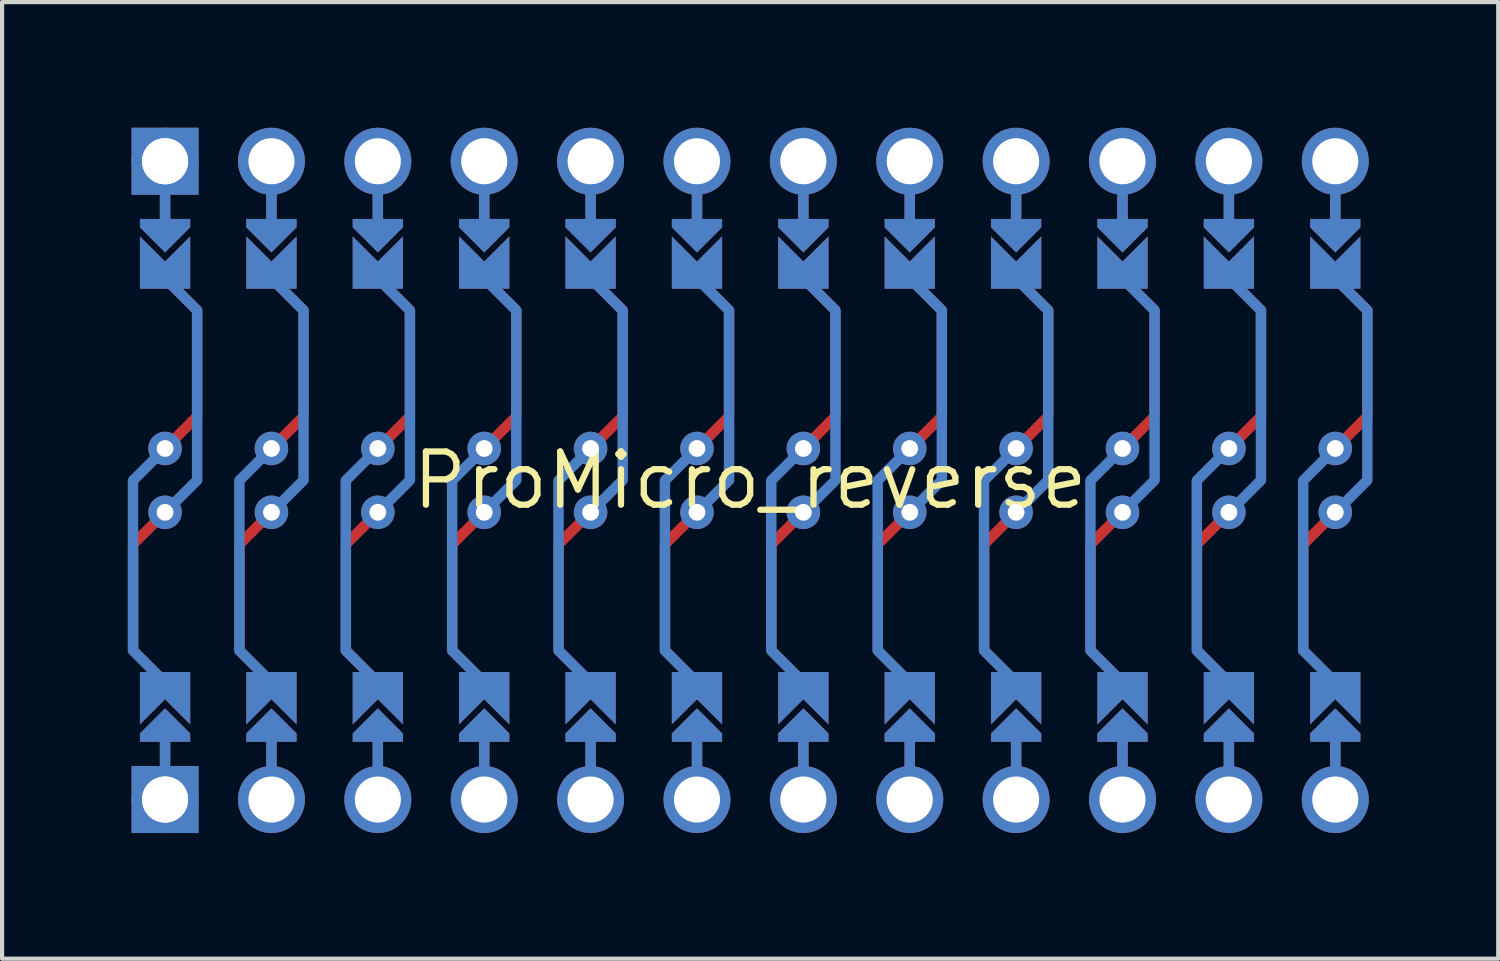
<source format=kicad_pcb>
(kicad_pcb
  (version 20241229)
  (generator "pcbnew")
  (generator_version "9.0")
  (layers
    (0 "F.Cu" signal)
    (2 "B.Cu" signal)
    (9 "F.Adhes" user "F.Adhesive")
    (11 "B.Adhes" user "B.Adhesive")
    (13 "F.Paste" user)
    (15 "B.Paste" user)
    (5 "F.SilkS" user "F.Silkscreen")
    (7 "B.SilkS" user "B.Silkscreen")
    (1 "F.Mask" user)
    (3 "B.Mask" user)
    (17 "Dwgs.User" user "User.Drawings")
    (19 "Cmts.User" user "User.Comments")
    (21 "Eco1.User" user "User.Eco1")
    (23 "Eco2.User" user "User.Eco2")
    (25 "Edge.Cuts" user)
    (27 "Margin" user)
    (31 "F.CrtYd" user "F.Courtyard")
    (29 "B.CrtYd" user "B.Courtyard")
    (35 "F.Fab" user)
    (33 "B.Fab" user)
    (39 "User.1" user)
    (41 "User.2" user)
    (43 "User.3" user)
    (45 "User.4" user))
  (footprint "ProMicro_reverse"
    (layer "F.Cu")
    (at 14.861 8.42)
    (property "Reference" "ProMicro_reverse" (at 0 0 0) (layer "F.SilkS") (effects (font (size 1.27 1.27) (thickness 0.15))))
    (attr through_hole)
    (fp_circle (center -13.97 -0.762) (end -13.845 -0.762) (stroke (width 0.25) (type solid)) (fill no) (layer "F.Mask"))
    (fp_circle (center -13.97 0.762) (end -13.845 0.762) (stroke (width 0.25) (type solid)) (fill no) (layer "F.Mask"))
    (fp_circle (center -11.43 -0.762) (end -11.305 -0.762) (stroke (width 0.25) (type solid)) (fill no) (layer "F.Mask"))
    (fp_circle (center -11.43 0.762) (end -11.305 0.762) (stroke (width 0.25) (type solid)) (fill no) (layer "F.Mask"))
    (fp_circle (center -8.89 -0.762) (end -8.765 -0.762) (stroke (width 0.25) (type solid)) (fill no) (layer "F.Mask"))
    (fp_circle (center -8.89 0.762) (end -8.765 0.762) (stroke (width 0.25) (type solid)) (fill no) (layer "F.Mask"))
    (fp_circle (center -6.35 -0.762) (end -6.225 -0.762) (stroke (width 0.25) (type solid)) (fill no) (layer "F.Mask"))
    (fp_circle (center -6.35 0.762) (end -6.225 0.762) (stroke (width 0.25) (type solid)) (fill no) (layer "F.Mask"))
    (fp_circle (center -3.81 -0.762) (end -3.685 -0.762) (stroke (width 0.25) (type solid)) (fill no) (layer "F.Mask"))
    (fp_circle (center -3.81 0.762) (end -3.685 0.762) (stroke (width 0.25) (type solid)) (fill no) (layer "F.Mask"))
    (fp_circle (center -1.27 -0.762) (end -1.145 -0.762) (stroke (width 0.25) (type solid)) (fill no) (layer "F.Mask"))
    (fp_circle (center -1.27 0.762) (end -1.145 0.762) (stroke (width 0.25) (type solid)) (fill no) (layer "F.Mask"))
    (fp_circle (center 1.27 -0.762) (end 1.395 -0.762) (stroke (width 0.25) (type solid)) (fill no) (layer "F.Mask"))
    (fp_circle (center 1.27 0.762) (end 1.395 0.762) (stroke (width 0.25) (type solid)) (fill no) (layer "F.Mask"))
    (fp_circle (center 3.81 -0.762) (end 3.935 -0.762) (stroke (width 0.25) (type solid)) (fill no) (layer "F.Mask"))
    (fp_circle (center 3.81 0.762) (end 3.935 0.762) (stroke (width 0.25) (type solid)) (fill no) (layer "F.Mask"))
    (fp_circle (center 6.35 -0.762) (end 6.475 -0.762) (stroke (width 0.25) (type solid)) (fill no) (layer "F.Mask"))
    (fp_circle (center 6.35 0.762) (end 6.475 0.762) (stroke (width 0.25) (type solid)) (fill no) (layer "F.Mask"))
    (fp_circle (center 8.89 -0.762) (end 9.015 -0.762) (stroke (width 0.25) (type solid)) (fill no) (layer "F.Mask"))
    (fp_circle (center 8.89 0.762) (end 9.015 0.762) (stroke (width 0.25) (type solid)) (fill no) (layer "F.Mask"))
    (fp_circle (center 11.43 -0.762) (end 11.555 -0.762) (stroke (width 0.25) (type solid)) (fill no) (layer "F.Mask"))
    (fp_circle (center 11.43 0.762) (end 11.555 0.762) (stroke (width 0.25) (type solid)) (fill no) (layer "F.Mask"))
    (fp_circle (center 13.97 -0.762) (end 14.095 -0.762) (stroke (width 0.25) (type solid)) (fill no) (layer "F.Mask"))
    (fp_circle (center 13.97 0.762) (end 14.095 0.762) (stroke (width 0.25) (type solid)) (fill no) (layer "F.Mask"))
    (fp_poly (pts (xy -14.478 5.08) (xy -13.462 5.08) (xy -13.462 6.096) (xy -14.478 6.096)) (stroke (width 0.1) (type solid)) (fill yes) (layer "F.Mask"))
    (fp_poly (pts (xy -13.462 -5.08) (xy -14.478 -5.08) (xy -14.478 -6.096) (xy -13.462 -6.096)) (stroke (width 0.1) (type solid)) (fill yes) (layer "F.Mask"))
    (fp_poly (pts (xy -11.938 5.08) (xy -10.922 5.08) (xy -10.922 6.096) (xy -11.938 6.096)) (stroke (width 0.1) (type solid)) (fill yes) (layer "F.Mask"))
    (fp_poly (pts (xy -10.922 -5.08) (xy -11.938 -5.08) (xy -11.938 -6.096) (xy -10.922 -6.096)) (stroke (width 0.1) (type solid)) (fill yes) (layer "F.Mask"))
    (fp_poly (pts (xy -9.398 5.08) (xy -8.382 5.08) (xy -8.382 6.096) (xy -9.398 6.096)) (stroke (width 0.1) (type solid)) (fill yes) (layer "F.Mask"))
    (fp_poly (pts (xy -8.382 -5.08) (xy -9.398 -5.08) (xy -9.398 -6.096) (xy -8.382 -6.096)) (stroke (width 0.1) (type solid)) (fill yes) (layer "F.Mask"))
    (fp_poly (pts (xy -6.858 5.08) (xy -5.842 5.08) (xy -5.842 6.096) (xy -6.858 6.096)) (stroke (width 0.1) (type solid)) (fill yes) (layer "F.Mask"))
    (fp_poly (pts (xy -5.842 -5.08) (xy -6.858 -5.08) (xy -6.858 -6.096) (xy -5.842 -6.096)) (stroke (width 0.1) (type solid)) (fill yes) (layer "F.Mask"))
    (fp_poly (pts (xy -4.318 5.08) (xy -3.302 5.08) (xy -3.302 6.096) (xy -4.318 6.096)) (stroke (width 0.1) (type solid)) (fill yes) (layer "F.Mask"))
    (fp_poly (pts (xy -3.302 -5.08) (xy -4.318 -5.08) (xy -4.318 -6.096) (xy -3.302 -6.096)) (stroke (width 0.1) (type solid)) (fill yes) (layer "F.Mask"))
    (fp_poly (pts (xy -1.778 5.08) (xy -0.762 5.08) (xy -0.762 6.096) (xy -1.778 6.096)) (stroke (width 0.1) (type solid)) (fill yes) (layer "F.Mask"))
    (fp_poly (pts (xy -0.762 -5.08) (xy -1.778 -5.08) (xy -1.778 -6.096) (xy -0.762 -6.096)) (stroke (width 0.1) (type solid)) (fill yes) (layer "F.Mask"))
    (fp_poly (pts (xy 0.762 5.08) (xy 1.778 5.08) (xy 1.778 6.096) (xy 0.762 6.096)) (stroke (width 0.1) (type solid)) (fill yes) (layer "F.Mask"))
    (fp_poly (pts (xy 1.778 -5.08) (xy 0.762 -5.08) (xy 0.762 -6.096) (xy 1.778 -6.096)) (stroke (width 0.1) (type solid)) (fill yes) (layer "F.Mask"))
    (fp_poly (pts (xy 3.302 5.08) (xy 4.318 5.08) (xy 4.318 6.096) (xy 3.302 6.096)) (stroke (width 0.1) (type solid)) (fill yes) (layer "F.Mask"))
    (fp_poly (pts (xy 4.318 -5.08) (xy 3.302 -5.08) (xy 3.302 -6.096) (xy 4.318 -6.096)) (stroke (width 0.1) (type solid)) (fill yes) (layer "F.Mask"))
    (fp_poly (pts (xy 5.842 5.08) (xy 6.858 5.08) (xy 6.858 6.096) (xy 5.842 6.096)) (stroke (width 0.1) (type solid)) (fill yes) (layer "F.Mask"))
    (fp_poly (pts (xy 6.858 -5.08) (xy 5.842 -5.08) (xy 5.842 -6.096) (xy 6.858 -6.096)) (stroke (width 0.1) (type solid)) (fill yes) (layer "F.Mask"))
    (fp_poly (pts (xy 8.382 5.08) (xy 9.398 5.08) (xy 9.398 6.096) (xy 8.382 6.096)) (stroke (width 0.1) (type solid)) (fill yes) (layer "F.Mask"))
    (fp_poly (pts (xy 9.398 -5.08) (xy 8.382 -5.08) (xy 8.382 -6.096) (xy 9.398 -6.096)) (stroke (width 0.1) (type solid)) (fill yes) (layer "F.Mask"))
    (fp_poly (pts (xy 10.922 5.08) (xy 11.938 5.08) (xy 11.938 6.096) (xy 10.922 6.096)) (stroke (width 0.1) (type solid)) (fill yes) (layer "F.Mask"))
    (fp_poly (pts (xy 11.938 -5.08) (xy 10.922 -5.08) (xy 10.922 -6.096) (xy 11.938 -6.096)) (stroke (width 0.1) (type solid)) (fill yes) (layer "F.Mask"))
    (fp_poly (pts (xy 13.462 5.08) (xy 14.478 5.08) (xy 14.478 6.096) (xy 13.462 6.096)) (stroke (width 0.1) (type solid)) (fill yes) (layer "F.Mask"))
    (fp_poly (pts (xy 14.478 -5.08) (xy 13.462 -5.08) (xy 13.462 -6.096) (xy 14.478 -6.096)) (stroke (width 0.1) (type solid)) (fill yes) (layer "F.Mask"))
    (fp_circle (center -13.97 -0.762) (end -13.845 -0.762) (stroke (width 0.25) (type solid)) (fill no) (layer "B.Mask"))
    (fp_circle (center -13.97 0.762) (end -13.845 0.762) (stroke (width 0.25) (type solid)) (fill no) (layer "B.Mask"))
    (fp_circle (center -11.43 -0.762) (end -11.305 -0.762) (stroke (width 0.25) (type solid)) (fill no) (layer "B.Mask"))
    (fp_circle (center -11.43 0.762) (end -11.305 0.762) (stroke (width 0.25) (type solid)) (fill no) (layer "B.Mask"))
    (fp_circle (center -8.89 -0.762) (end -8.765 -0.762) (stroke (width 0.25) (type solid)) (fill no) (layer "B.Mask"))
    (fp_circle (center -8.89 0.762) (end -8.765 0.762) (stroke (width 0.25) (type solid)) (fill no) (layer "B.Mask"))
    (fp_circle (center -6.35 -0.762) (end -6.225 -0.762) (stroke (width 0.25) (type solid)) (fill no) (layer "B.Mask"))
    (fp_circle (center -6.35 0.762) (end -6.225 0.762) (stroke (width 0.25) (type solid)) (fill no) (layer "B.Mask"))
    (fp_circle (center -3.81 -0.762) (end -3.685 -0.762) (stroke (width 0.25) (type solid)) (fill no) (layer "B.Mask"))
    (fp_circle (center -3.81 0.762) (end -3.685 0.762) (stroke (width 0.25) (type solid)) (fill no) (layer "B.Mask"))
    (fp_circle (center -1.27 -0.762) (end -1.145 -0.762) (stroke (width 0.25) (type solid)) (fill no) (layer "B.Mask"))
    (fp_circle (center -1.27 0.762) (end -1.145 0.762) (stroke (width 0.25) (type solid)) (fill no) (layer "B.Mask"))
    (fp_circle (center 1.27 -0.762) (end 1.395 -0.762) (stroke (width 0.25) (type solid)) (fill no) (layer "B.Mask"))
    (fp_circle (center 1.27 0.762) (end 1.395 0.762) (stroke (width 0.25) (type solid)) (fill no) (layer "B.Mask"))
    (fp_circle (center 3.81 -0.762) (end 3.935 -0.762) (stroke (width 0.25) (type solid)) (fill no) (layer "B.Mask"))
    (fp_circle (center 3.81 0.762) (end 3.935 0.762) (stroke (width 0.25) (type solid)) (fill no) (layer "B.Mask"))
    (fp_circle (center 6.35 -0.762) (end 6.475 -0.762) (stroke (width 0.25) (type solid)) (fill no) (layer "B.Mask"))
    (fp_circle (center 6.35 0.762) (end 6.475 0.762) (stroke (width 0.25) (type solid)) (fill no) (layer "B.Mask"))
    (fp_circle (center 8.89 -0.762) (end 9.015 -0.762) (stroke (width 0.25) (type solid)) (fill no) (layer "B.Mask"))
    (fp_circle (center 8.89 0.762) (end 9.015 0.762) (stroke (width 0.25) (type solid)) (fill no) (layer "B.Mask"))
    (fp_circle (center 11.43 -0.762) (end 11.555 -0.762) (stroke (width 0.25) (type solid)) (fill no) (layer "B.Mask"))
    (fp_circle (center 11.43 0.762) (end 11.555 0.762) (stroke (width 0.25) (type solid)) (fill no) (layer "B.Mask"))
    (fp_circle (center 13.97 -0.762) (end 14.095 -0.762) (stroke (width 0.25) (type solid)) (fill no) (layer "B.Mask"))
    (fp_circle (center 13.97 0.762) (end 14.095 0.762) (stroke (width 0.25) (type solid)) (fill no) (layer "B.Mask"))
    (fp_poly (pts (xy -14.478 5.08) (xy -13.462 5.08) (xy -13.462 6.096) (xy -14.478 6.096)) (stroke (width 0.1) (type solid)) (fill yes) (layer "B.Mask"))
    (fp_poly (pts (xy -13.462 -5.08) (xy -14.478 -5.08) (xy -14.478 -6.096) (xy -13.462 -6.096)) (stroke (width 0.1) (type solid)) (fill yes) (layer "B.Mask"))
    (fp_poly (pts (xy -11.938 5.08) (xy -10.922 5.08) (xy -10.922 6.096) (xy -11.938 6.096)) (stroke (width 0.1) (type solid)) (fill yes) (layer "B.Mask"))
    (fp_poly (pts (xy -10.922 -5.08) (xy -11.938 -5.08) (xy -11.938 -6.096) (xy -10.922 -6.096)) (stroke (width 0.1) (type solid)) (fill yes) (layer "B.Mask"))
    (fp_poly (pts (xy -9.398 5.08) (xy -8.382 5.08) (xy -8.382 6.096) (xy -9.398 6.096)) (stroke (width 0.1) (type solid)) (fill yes) (layer "B.Mask"))
    (fp_poly (pts (xy -8.382 -5.08) (xy -9.398 -5.08) (xy -9.398 -6.096) (xy -8.382 -6.096)) (stroke (width 0.1) (type solid)) (fill yes) (layer "B.Mask"))
    (fp_poly (pts (xy -6.858 5.08) (xy -5.842 5.08) (xy -5.842 6.096) (xy -6.858 6.096)) (stroke (width 0.1) (type solid)) (fill yes) (layer "B.Mask"))
    (fp_poly (pts (xy -5.842 -5.08) (xy -6.858 -5.08) (xy -6.858 -6.096) (xy -5.842 -6.096)) (stroke (width 0.1) (type solid)) (fill yes) (layer "B.Mask"))
    (fp_poly (pts (xy -4.318 5.08) (xy -3.302 5.08) (xy -3.302 6.096) (xy -4.318 6.096)) (stroke (width 0.1) (type solid)) (fill yes) (layer "B.Mask"))
    (fp_poly (pts (xy -3.302 -5.08) (xy -4.318 -5.08) (xy -4.318 -6.096) (xy -3.302 -6.096)) (stroke (width 0.1) (type solid)) (fill yes) (layer "B.Mask"))
    (fp_poly (pts (xy -1.778 5.08) (xy -0.762 5.08) (xy -0.762 6.096) (xy -1.778 6.096)) (stroke (width 0.1) (type solid)) (fill yes) (layer "B.Mask"))
    (fp_poly (pts (xy -0.762 -5.08) (xy -1.778 -5.08) (xy -1.778 -6.096) (xy -0.762 -6.096)) (stroke (width 0.1) (type solid)) (fill yes) (layer "B.Mask"))
    (fp_poly (pts (xy 0.762 5.08) (xy 1.778 5.08) (xy 1.778 6.096) (xy 0.762 6.096)) (stroke (width 0.1) (type solid)) (fill yes) (layer "B.Mask"))
    (fp_poly (pts (xy 1.778 -5.08) (xy 0.762 -5.08) (xy 0.762 -6.096) (xy 1.778 -6.096)) (stroke (width 0.1) (type solid)) (fill yes) (layer "B.Mask"))
    (fp_poly (pts (xy 3.302 5.08) (xy 4.318 5.08) (xy 4.318 6.096) (xy 3.302 6.096)) (stroke (width 0.1) (type solid)) (fill yes) (layer "B.Mask"))
    (fp_poly (pts (xy 4.318 -5.08) (xy 3.302 -5.08) (xy 3.302 -6.096) (xy 4.318 -6.096)) (stroke (width 0.1) (type solid)) (fill yes) (layer "B.Mask"))
    (fp_poly (pts (xy 5.842 5.08) (xy 6.858 5.08) (xy 6.858 6.096) (xy 5.842 6.096)) (stroke (width 0.1) (type solid)) (fill yes) (layer "B.Mask"))
    (fp_poly (pts (xy 6.858 -5.08) (xy 5.842 -5.08) (xy 5.842 -6.096) (xy 6.858 -6.096)) (stroke (width 0.1) (type solid)) (fill yes) (layer "B.Mask"))
    (fp_poly (pts (xy 8.382 5.08) (xy 9.398 5.08) (xy 9.398 6.096) (xy 8.382 6.096)) (stroke (width 0.1) (type solid)) (fill yes) (layer "B.Mask"))
    (fp_poly (pts (xy 9.398 -5.08) (xy 8.382 -5.08) (xy 8.382 -6.096) (xy 9.398 -6.096)) (stroke (width 0.1) (type solid)) (fill yes) (layer "B.Mask"))
    (fp_poly (pts (xy 10.922 5.08) (xy 11.938 5.08) (xy 11.938 6.096) (xy 10.922 6.096)) (stroke (width 0.1) (type solid)) (fill yes) (layer "B.Mask"))
    (fp_poly (pts (xy 11.938 -5.08) (xy 10.922 -5.08) (xy 10.922 -6.096) (xy 11.938 -6.096)) (stroke (width 0.1) (type solid)) (fill yes) (layer "B.Mask"))
    (fp_poly (pts (xy 13.462 5.08) (xy 14.478 5.08) (xy 14.478 6.096) (xy 13.462 6.096)) (stroke (width 0.1) (type solid)) (fill yes) (layer "B.Mask"))
    (fp_poly (pts (xy 14.478 -5.08) (xy 13.462 -5.08) (xy 13.462 -6.096) (xy 14.478 -6.096)) (stroke (width 0.1) (type solid)) (fill yes) (layer "B.Mask"))
    (pad "" thru_hole circle (at -13.97 -7.62) (size 1.6 1.6) (drill 1.1) (layers "*.Cu" "*.Mask"))
    (pad "" thru_hole rect (at -13.97 -7.62) (size 1.6 1.6) (drill 1.1) (layers "B.Cu" "B.Mask"))
    (pad "" smd custom (at -13.97 -6.35) (size 0.25 1) (layers "F.Cu") (options (anchor rect)) (primitives))
    (pad "" smd custom (at -13.97 -6.35) (size 0.25 1) (layers "B.Cu") (options (anchor rect)) (primitives))
    (pad "" smd custom (at -13.97 -5.842) (size 0.1 0.1) (layers "F.Cu" "F.Mask") (options (anchor rect)) (primitives (gr_poly (pts (xy 0.6 -0.4) (xy -0.6 -0.4) (xy -0.6 -0.2) (xy 0 0.4) (xy 0.6 -0.2)) (width 0) (fill yes))))
    (pad "" smd custom (at -13.97 -5.842) (size 0.1 0.1) (layers "B.Cu" "B.Mask") (options (anchor rect)) (primitives (gr_poly (pts (xy 0.6 -0.4) (xy -0.6 -0.4) (xy -0.6 -0.2) (xy 0 0.4) (xy 0.6 -0.2)) (width 0) (fill yes))))
    (pad "" smd custom (at -13.97 5.842 180) (size 0.1 0.1) (layers "F.Cu" "F.Mask") (options (anchor rect)) (primitives (gr_poly (pts (xy 0.6 -0.4) (xy -0.6 -0.4) (xy -0.6 -0.2) (xy 0 0.4) (xy 0.6 -0.2)) (width 0) (fill yes))))
    (pad "" smd custom (at -13.97 5.842 180) (size 0.1 0.1) (layers "B.Cu" "B.Mask") (options (anchor rect)) (primitives (gr_poly (pts (xy 0.6 -0.4) (xy -0.6 -0.4) (xy -0.6 -0.2) (xy 0 0.4) (xy 0.6 -0.2)) (width 0) (fill yes))))
    (pad "" smd custom (at -13.97 6.35 180) (size 0.25 1) (layers "F.Cu") (options (anchor rect)) (primitives))
    (pad "" smd custom (at -13.97 6.35 180) (size 0.25 1) (layers "B.Cu") (options (anchor rect)) (primitives))
    (pad "" thru_hole circle (at -13.97 7.62) (size 1.6 1.6) (drill 1.1) (layers "*.Cu" "*.Mask"))
    (pad "" thru_hole rect (at -13.97 7.62) (size 1.6 1.6) (drill 1.1) (layers "F.Cu" "F.Mask"))
    (pad "" thru_hole circle (at -11.43 -7.62) (size 1.6 1.6) (drill 1.1) (layers "*.Cu" "*.Mask"))
    (pad "" smd custom (at -11.43 -6.35) (size 0.25 1) (layers "F.Cu") (options (anchor rect)) (primitives))
    (pad "" smd custom (at -11.43 -6.35) (size 0.25 1) (layers "B.Cu") (options (anchor rect)) (primitives))
    (pad "" smd custom (at -11.43 -5.842) (size 0.1 0.1) (layers "F.Cu" "F.Mask") (options (anchor rect)) (primitives (gr_poly (pts (xy 0.6 -0.4) (xy -0.6 -0.4) (xy -0.6 -0.2) (xy 0 0.4) (xy 0.6 -0.2)) (width 0) (fill yes))))
    (pad "" smd custom (at -11.43 -5.842) (size 0.1 0.1) (layers "B.Cu" "B.Mask") (options (anchor rect)) (primitives (gr_poly (pts (xy 0.6 -0.4) (xy -0.6 -0.4) (xy -0.6 -0.2) (xy 0 0.4) (xy 0.6 -0.2)) (width 0) (fill yes))))
    (pad "" smd custom (at -11.43 5.842 180) (size 0.1 0.1) (layers "F.Cu" "F.Mask") (options (anchor rect)) (primitives (gr_poly (pts (xy 0.6 -0.4) (xy -0.6 -0.4) (xy -0.6 -0.2) (xy 0 0.4) (xy 0.6 -0.2)) (width 0) (fill yes))))
    (pad "" smd custom (at -11.43 5.842 180) (size 0.1 0.1) (layers "B.Cu" "B.Mask") (options (anchor rect)) (primitives (gr_poly (pts (xy 0.6 -0.4) (xy -0.6 -0.4) (xy -0.6 -0.2) (xy 0 0.4) (xy 0.6 -0.2)) (width 0) (fill yes))))
    (pad "" smd custom (at -11.43 6.35 180) (size 0.25 1) (layers "F.Cu") (options (anchor rect)) (primitives))
    (pad "" smd custom (at -11.43 6.35 180) (size 0.25 1) (layers "B.Cu") (options (anchor rect)) (primitives))
    (pad "" thru_hole circle (at -11.43 7.62) (size 1.6 1.6) (drill 1.1) (layers "*.Cu" "*.Mask"))
    (pad "" thru_hole circle (at -8.89 -7.62) (size 1.6 1.6) (drill 1.1) (layers "*.Cu" "*.Mask"))
    (pad "" smd custom (at -8.89 -6.35) (size 0.25 1) (layers "F.Cu") (options (anchor rect)) (primitives))
    (pad "" smd custom (at -8.89 -6.35) (size 0.25 1) (layers "B.Cu") (options (anchor rect)) (primitives))
    (pad "" smd custom (at -8.89 -5.842) (size 0.1 0.1) (layers "F.Cu" "F.Mask") (options (anchor rect)) (primitives (gr_poly (pts (xy 0.6 -0.4) (xy -0.6 -0.4) (xy -0.6 -0.2) (xy 0 0.4) (xy 0.6 -0.2)) (width 0) (fill yes))))
    (pad "" smd custom (at -8.89 -5.842) (size 0.1 0.1) (layers "B.Cu" "B.Mask") (options (anchor rect)) (primitives (gr_poly (pts (xy 0.6 -0.4) (xy -0.6 -0.4) (xy -0.6 -0.2) (xy 0 0.4) (xy 0.6 -0.2)) (width 0) (fill yes))))
    (pad "" smd custom (at -8.89 5.842 180) (size 0.1 0.1) (layers "F.Cu" "F.Mask") (options (anchor rect)) (primitives (gr_poly (pts (xy 0.6 -0.4) (xy -0.6 -0.4) (xy -0.6 -0.2) (xy 0 0.4) (xy 0.6 -0.2)) (width 0) (fill yes))))
    (pad "" smd custom (at -8.89 5.842 180) (size 0.1 0.1) (layers "B.Cu" "B.Mask") (options (anchor rect)) (primitives (gr_poly (pts (xy 0.6 -0.4) (xy -0.6 -0.4) (xy -0.6 -0.2) (xy 0 0.4) (xy 0.6 -0.2)) (width 0) (fill yes))))
    (pad "" smd custom (at -8.89 6.35 180) (size 0.25 1) (layers "F.Cu") (options (anchor rect)) (primitives))
    (pad "" smd custom (at -8.89 6.35 180) (size 0.25 1) (layers "B.Cu") (options (anchor rect)) (primitives))
    (pad "" thru_hole circle (at -8.89 7.62) (size 1.6 1.6) (drill 1.1) (layers "*.Cu" "*.Mask"))
    (pad "" thru_hole circle (at -6.35 -7.62) (size 1.6 1.6) (drill 1.1) (layers "*.Cu" "*.Mask"))
    (pad "" smd custom (at -6.35 -6.35) (size 0.25 1) (layers "F.Cu") (options (anchor rect)) (primitives))
    (pad "" smd custom (at -6.35 -6.35) (size 0.25 1) (layers "B.Cu") (options (anchor rect)) (primitives))
    (pad "" smd custom (at -6.35 -5.842) (size 0.1 0.1) (layers "F.Cu" "F.Mask") (options (anchor rect)) (primitives (gr_poly (pts (xy 0.6 -0.4) (xy -0.6 -0.4) (xy -0.6 -0.2) (xy 0 0.4) (xy 0.6 -0.2)) (width 0) (fill yes))))
    (pad "" smd custom (at -6.35 -5.842) (size 0.1 0.1) (layers "B.Cu" "B.Mask") (options (anchor rect)) (primitives (gr_poly (pts (xy 0.6 -0.4) (xy -0.6 -0.4) (xy -0.6 -0.2) (xy 0 0.4) (xy 0.6 -0.2)) (width 0) (fill yes))))
    (pad "" smd custom (at -6.35 5.842 180) (size 0.1 0.1) (layers "F.Cu" "F.Mask") (options (anchor rect)) (primitives (gr_poly (pts (xy 0.6 -0.4) (xy -0.6 -0.4) (xy -0.6 -0.2) (xy 0 0.4) (xy 0.6 -0.2)) (width 0) (fill yes))))
    (pad "" smd custom (at -6.35 5.842 180) (size 0.1 0.1) (layers "B.Cu" "B.Mask") (options (anchor rect)) (primitives (gr_poly (pts (xy 0.6 -0.4) (xy -0.6 -0.4) (xy -0.6 -0.2) (xy 0 0.4) (xy 0.6 -0.2)) (width 0) (fill yes))))
    (pad "" smd custom (at -6.35 6.35 180) (size 0.25 1) (layers "F.Cu") (options (anchor rect)) (primitives))
    (pad "" smd custom (at -6.35 6.35 180) (size 0.25 1) (layers "B.Cu") (options (anchor rect)) (primitives))
    (pad "" thru_hole circle (at -6.35 7.62) (size 1.6 1.6) (drill 1.1) (layers "*.Cu" "*.Mask"))
    (pad "" thru_hole circle (at -3.81 -7.62) (size 1.6 1.6) (drill 1.1) (layers "*.Cu" "*.Mask"))
    (pad "" smd custom (at -3.81 -6.35) (size 0.25 1) (layers "F.Cu") (options (anchor rect)) (primitives))
    (pad "" smd custom (at -3.81 -6.35) (size 0.25 1) (layers "B.Cu") (options (anchor rect)) (primitives))
    (pad "" smd custom (at -3.81 -5.842) (size 0.1 0.1) (layers "F.Cu" "F.Mask") (options (anchor rect)) (primitives (gr_poly (pts (xy 0.6 -0.4) (xy -0.6 -0.4) (xy -0.6 -0.2) (xy 0 0.4) (xy 0.6 -0.2)) (width 0) (fill yes))))
    (pad "" smd custom (at -3.81 -5.842) (size 0.1 0.1) (layers "B.Cu" "B.Mask") (options (anchor rect)) (primitives (gr_poly (pts (xy 0.6 -0.4) (xy -0.6 -0.4) (xy -0.6 -0.2) (xy 0 0.4) (xy 0.6 -0.2)) (width 0) (fill yes))))
    (pad "" smd custom (at -3.81 5.842 180) (size 0.1 0.1) (layers "F.Cu" "F.Mask") (options (anchor rect)) (primitives (gr_poly (pts (xy 0.6 -0.4) (xy -0.6 -0.4) (xy -0.6 -0.2) (xy 0 0.4) (xy 0.6 -0.2)) (width 0) (fill yes))))
    (pad "" smd custom (at -3.81 5.842 180) (size 0.1 0.1) (layers "B.Cu" "B.Mask") (options (anchor rect)) (primitives (gr_poly (pts (xy 0.6 -0.4) (xy -0.6 -0.4) (xy -0.6 -0.2) (xy 0 0.4) (xy 0.6 -0.2)) (width 0) (fill yes))))
    (pad "" smd custom (at -3.81 6.35 180) (size 0.25 1) (layers "F.Cu") (options (anchor rect)) (primitives))
    (pad "" smd custom (at -3.81 6.35 180) (size 0.25 1) (layers "B.Cu") (options (anchor rect)) (primitives))
    (pad "" thru_hole circle (at -3.81 7.62) (size 1.6 1.6) (drill 1.1) (layers "*.Cu" "*.Mask"))
    (pad "" thru_hole circle (at -1.27 -7.62) (size 1.6 1.6) (drill 1.1) (layers "*.Cu" "*.Mask"))
    (pad "" smd custom (at -1.27 -6.35) (size 0.25 1) (layers "F.Cu") (options (anchor rect)) (primitives))
    (pad "" smd custom (at -1.27 -6.35) (size 0.25 1) (layers "B.Cu") (options (anchor rect)) (primitives))
    (pad "" smd custom (at -1.27 -5.842) (size 0.1 0.1) (layers "F.Cu" "F.Mask") (options (anchor rect)) (primitives (gr_poly (pts (xy 0.6 -0.4) (xy -0.6 -0.4) (xy -0.6 -0.2) (xy 0 0.4) (xy 0.6 -0.2)) (width 0) (fill yes))))
    (pad "" smd custom (at -1.27 -5.842) (size 0.1 0.1) (layers "B.Cu" "B.Mask") (options (anchor rect)) (primitives (gr_poly (pts (xy 0.6 -0.4) (xy -0.6 -0.4) (xy -0.6 -0.2) (xy 0 0.4) (xy 0.6 -0.2)) (width 0) (fill yes))))
    (pad "" smd custom (at -1.27 5.842 180) (size 0.1 0.1) (layers "F.Cu" "F.Mask") (options (anchor rect)) (primitives (gr_poly (pts (xy 0.6 -0.4) (xy -0.6 -0.4) (xy -0.6 -0.2) (xy 0 0.4) (xy 0.6 -0.2)) (width 0) (fill yes))))
    (pad "" smd custom (at -1.27 5.842 180) (size 0.1 0.1) (layers "B.Cu" "B.Mask") (options (anchor rect)) (primitives (gr_poly (pts (xy 0.6 -0.4) (xy -0.6 -0.4) (xy -0.6 -0.2) (xy 0 0.4) (xy 0.6 -0.2)) (width 0) (fill yes))))
    (pad "" smd custom (at -1.27 6.35 180) (size 0.25 1) (layers "F.Cu") (options (anchor rect)) (primitives))
    (pad "" smd custom (at -1.27 6.35 180) (size 0.25 1) (layers "B.Cu") (options (anchor rect)) (primitives))
    (pad "" thru_hole circle (at -1.27 7.62) (size 1.6 1.6) (drill 1.1) (layers "*.Cu" "*.Mask"))
    (pad "" thru_hole circle (at 1.27 -7.62) (size 1.6 1.6) (drill 1.1) (layers "*.Cu" "*.Mask"))
    (pad "" smd custom (at 1.27 -6.35) (size 0.25 1) (layers "F.Cu") (options (anchor rect)) (primitives))
    (pad "" smd custom (at 1.27 -6.35) (size 0.25 1) (layers "B.Cu") (options (anchor rect)) (primitives))
    (pad "" smd custom (at 1.27 -5.842) (size 0.1 0.1) (layers "F.Cu" "F.Mask") (options (anchor rect)) (primitives (gr_poly (pts (xy 0.6 -0.4) (xy -0.6 -0.4) (xy -0.6 -0.2) (xy 0 0.4) (xy 0.6 -0.2)) (width 0) (fill yes))))
    (pad "" smd custom (at 1.27 -5.842) (size 0.1 0.1) (layers "B.Cu" "B.Mask") (options (anchor rect)) (primitives (gr_poly (pts (xy 0.6 -0.4) (xy -0.6 -0.4) (xy -0.6 -0.2) (xy 0 0.4) (xy 0.6 -0.2)) (width 0) (fill yes))))
    (pad "" smd custom (at 1.27 5.842 180) (size 0.1 0.1) (layers "F.Cu" "F.Mask") (options (anchor rect)) (primitives (gr_poly (pts (xy 0.6 -0.4) (xy -0.6 -0.4) (xy -0.6 -0.2) (xy 0 0.4) (xy 0.6 -0.2)) (width 0) (fill yes))))
    (pad "" smd custom (at 1.27 5.842 180) (size 0.1 0.1) (layers "B.Cu" "B.Mask") (options (anchor rect)) (primitives (gr_poly (pts (xy 0.6 -0.4) (xy -0.6 -0.4) (xy -0.6 -0.2) (xy 0 0.4) (xy 0.6 -0.2)) (width 0) (fill yes))))
    (pad "" smd custom (at 1.27 6.35 180) (size 0.25 1) (layers "F.Cu") (options (anchor rect)) (primitives))
    (pad "" smd custom (at 1.27 6.35 180) (size 0.25 1) (layers "B.Cu") (options (anchor rect)) (primitives))
    (pad "" thru_hole circle (at 1.27 7.62) (size 1.6 1.6) (drill 1.1) (layers "*.Cu" "*.Mask"))
    (pad "" thru_hole circle (at 3.81 -7.62) (size 1.6 1.6) (drill 1.1) (layers "*.Cu" "*.Mask"))
    (pad "" smd custom (at 3.81 -6.35) (size 0.25 1) (layers "F.Cu") (options (anchor rect)) (primitives))
    (pad "" smd custom (at 3.81 -6.35) (size 0.25 1) (layers "B.Cu") (options (anchor rect)) (primitives))
    (pad "" smd custom (at 3.81 -5.842) (size 0.1 0.1) (layers "F.Cu" "F.Mask") (options (anchor rect)) (primitives (gr_poly (pts (xy 0.6 -0.4) (xy -0.6 -0.4) (xy -0.6 -0.2) (xy 0 0.4) (xy 0.6 -0.2)) (width 0) (fill yes))))
    (pad "" smd custom (at 3.81 -5.842) (size 0.1 0.1) (layers "B.Cu" "B.Mask") (options (anchor rect)) (primitives (gr_poly (pts (xy 0.6 -0.4) (xy -0.6 -0.4) (xy -0.6 -0.2) (xy 0 0.4) (xy 0.6 -0.2)) (width 0) (fill yes))))
    (pad "" smd custom (at 3.81 5.842 180) (size 0.1 0.1) (layers "F.Cu" "F.Mask") (options (anchor rect)) (primitives (gr_poly (pts (xy 0.6 -0.4) (xy -0.6 -0.4) (xy -0.6 -0.2) (xy 0 0.4) (xy 0.6 -0.2)) (width 0) (fill yes))))
    (pad "" smd custom (at 3.81 5.842 180) (size 0.1 0.1) (layers "B.Cu" "B.Mask") (options (anchor rect)) (primitives (gr_poly (pts (xy 0.6 -0.4) (xy -0.6 -0.4) (xy -0.6 -0.2) (xy 0 0.4) (xy 0.6 -0.2)) (width 0) (fill yes))))
    (pad "" smd custom (at 3.81 6.35 180) (size 0.25 1) (layers "F.Cu") (options (anchor rect)) (primitives))
    (pad "" smd custom (at 3.81 6.35 180) (size 0.25 1) (layers "B.Cu") (options (anchor rect)) (primitives))
    (pad "" thru_hole circle (at 3.81 7.62) (size 1.6 1.6) (drill 1.1) (layers "*.Cu" "*.Mask"))
    (pad "" thru_hole circle (at 6.35 -7.62) (size 1.6 1.6) (drill 1.1) (layers "*.Cu" "*.Mask"))
    (pad "" smd custom (at 6.35 -6.35) (size 0.25 1) (layers "F.Cu") (options (anchor rect)) (primitives))
    (pad "" smd custom (at 6.35 -6.35) (size 0.25 1) (layers "B.Cu") (options (anchor rect)) (primitives))
    (pad "" smd custom (at 6.35 -5.842) (size 0.1 0.1) (layers "F.Cu" "F.Mask") (options (anchor rect)) (primitives (gr_poly (pts (xy 0.6 -0.4) (xy -0.6 -0.4) (xy -0.6 -0.2) (xy 0 0.4) (xy 0.6 -0.2)) (width 0) (fill yes))))
    (pad "" smd custom (at 6.35 -5.842) (size 0.1 0.1) (layers "B.Cu" "B.Mask") (options (anchor rect)) (primitives (gr_poly (pts (xy 0.6 -0.4) (xy -0.6 -0.4) (xy -0.6 -0.2) (xy 0 0.4) (xy 0.6 -0.2)) (width 0) (fill yes))))
    (pad "" smd custom (at 6.35 5.842 180) (size 0.1 0.1) (layers "F.Cu" "F.Mask") (options (anchor rect)) (primitives (gr_poly (pts (xy 0.6 -0.4) (xy -0.6 -0.4) (xy -0.6 -0.2) (xy 0 0.4) (xy 0.6 -0.2)) (width 0) (fill yes))))
    (pad "" smd custom (at 6.35 5.842 180) (size 0.1 0.1) (layers "B.Cu" "B.Mask") (options (anchor rect)) (primitives (gr_poly (pts (xy 0.6 -0.4) (xy -0.6 -0.4) (xy -0.6 -0.2) (xy 0 0.4) (xy 0.6 -0.2)) (width 0) (fill yes))))
    (pad "" smd custom (at 6.35 6.35 180) (size 0.25 1) (layers "F.Cu") (options (anchor rect)) (primitives))
    (pad "" smd custom (at 6.35 6.35 180) (size 0.25 1) (layers "B.Cu") (options (anchor rect)) (primitives))
    (pad "" thru_hole circle (at 6.35 7.62) (size 1.6 1.6) (drill 1.1) (layers "*.Cu" "*.Mask"))
    (pad "" thru_hole circle (at 8.89 -7.62) (size 1.6 1.6) (drill 1.1) (layers "*.Cu" "*.Mask"))
    (pad "" smd custom (at 8.89 -6.35) (size 0.25 1) (layers "F.Cu") (options (anchor rect)) (primitives))
    (pad "" smd custom (at 8.89 -6.35) (size 0.25 1) (layers "B.Cu") (options (anchor rect)) (primitives))
    (pad "" smd custom (at 8.89 -5.842) (size 0.1 0.1) (layers "F.Cu" "F.Mask") (options (anchor rect)) (primitives (gr_poly (pts (xy 0.6 -0.4) (xy -0.6 -0.4) (xy -0.6 -0.2) (xy 0 0.4) (xy 0.6 -0.2)) (width 0) (fill yes))))
    (pad "" smd custom (at 8.89 -5.842) (size 0.1 0.1) (layers "B.Cu" "B.Mask") (options (anchor rect)) (primitives (gr_poly (pts (xy 0.6 -0.4) (xy -0.6 -0.4) (xy -0.6 -0.2) (xy 0 0.4) (xy 0.6 -0.2)) (width 0) (fill yes))))
    (pad "" smd custom (at 8.89 5.842 180) (size 0.1 0.1) (layers "F.Cu" "F.Mask") (options (anchor rect)) (primitives (gr_poly (pts (xy 0.6 -0.4) (xy -0.6 -0.4) (xy -0.6 -0.2) (xy 0 0.4) (xy 0.6 -0.2)) (width 0) (fill yes))))
    (pad "" smd custom (at 8.89 5.842 180) (size 0.1 0.1) (layers "B.Cu" "B.Mask") (options (anchor rect)) (primitives (gr_poly (pts (xy 0.6 -0.4) (xy -0.6 -0.4) (xy -0.6 -0.2) (xy 0 0.4) (xy 0.6 -0.2)) (width 0) (fill yes))))
    (pad "" smd custom (at 8.89 6.35 180) (size 0.25 1) (layers "F.Cu") (options (anchor rect)) (primitives))
    (pad "" smd custom (at 8.89 6.35 180) (size 0.25 1) (layers "B.Cu") (options (anchor rect)) (primitives))
    (pad "" thru_hole circle (at 8.89 7.62) (size 1.6 1.6) (drill 1.1) (layers "*.Cu" "*.Mask"))
    (pad "" thru_hole circle (at 11.43 -7.62) (size 1.6 1.6) (drill 1.1) (layers "*.Cu" "*.Mask"))
    (pad "" smd custom (at 11.43 -6.35) (size 0.25 1) (layers "F.Cu") (options (anchor rect)) (primitives))
    (pad "" smd custom (at 11.43 -6.35) (size 0.25 1) (layers "B.Cu") (options (anchor rect)) (primitives))
    (pad "" smd custom (at 11.43 -5.842) (size 0.1 0.1) (layers "F.Cu" "F.Mask") (options (anchor rect)) (primitives (gr_poly (pts (xy 0.6 -0.4) (xy -0.6 -0.4) (xy -0.6 -0.2) (xy 0 0.4) (xy 0.6 -0.2)) (width 0) (fill yes))))
    (pad "" smd custom (at 11.43 -5.842) (size 0.1 0.1) (layers "B.Cu" "B.Mask") (options (anchor rect)) (primitives (gr_poly (pts (xy 0.6 -0.4) (xy -0.6 -0.4) (xy -0.6 -0.2) (xy 0 0.4) (xy 0.6 -0.2)) (width 0) (fill yes))))
    (pad "" smd custom (at 11.43 5.842 180) (size 0.1 0.1) (layers "F.Cu" "F.Mask") (options (anchor rect)) (primitives (gr_poly (pts (xy 0.6 -0.4) (xy -0.6 -0.4) (xy -0.6 -0.2) (xy 0 0.4) (xy 0.6 -0.2)) (width 0) (fill yes))))
    (pad "" smd custom (at 11.43 5.842 180) (size 0.1 0.1) (layers "B.Cu" "B.Mask") (options (anchor rect)) (primitives (gr_poly (pts (xy 0.6 -0.4) (xy -0.6 -0.4) (xy -0.6 -0.2) (xy 0 0.4) (xy 0.6 -0.2)) (width 0) (fill yes))))
    (pad "" smd custom (at 11.43 6.35 180) (size 0.25 1) (layers "F.Cu") (options (anchor rect)) (primitives))
    (pad "" smd custom (at 11.43 6.35 180) (size 0.25 1) (layers "B.Cu") (options (anchor rect)) (primitives))
    (pad "" thru_hole circle (at 11.43 7.62) (size 1.6 1.6) (drill 1.1) (layers "*.Cu" "*.Mask"))
    (pad "" thru_hole circle (at 13.97 -7.62) (size 1.6 1.6) (drill 1.1) (layers "*.Cu" "*.Mask"))
    (pad "" smd custom (at 13.97 -6.35) (size 0.25 1) (layers "F.Cu") (options (anchor rect)) (primitives))
    (pad "" smd custom (at 13.97 -6.35) (size 0.25 1) (layers "B.Cu") (options (anchor rect)) (primitives))
    (pad "" smd custom (at 13.97 -5.842) (size 0.1 0.1) (layers "F.Cu" "F.Mask") (options (anchor rect)) (primitives (gr_poly (pts (xy 0.6 -0.4) (xy -0.6 -0.4) (xy -0.6 -0.2) (xy 0 0.4) (xy 0.6 -0.2)) (width 0) (fill yes))))
    (pad "" smd custom (at 13.97 -5.842) (size 0.1 0.1) (layers "B.Cu" "B.Mask") (options (anchor rect)) (primitives (gr_poly (pts (xy 0.6 -0.4) (xy -0.6 -0.4) (xy -0.6 -0.2) (xy 0 0.4) (xy 0.6 -0.2)) (width 0) (fill yes))))
    (pad "" smd custom (at 13.97 5.842 180) (size 0.1 0.1) (layers "F.Cu" "F.Mask") (options (anchor rect)) (primitives (gr_poly (pts (xy 0.6 -0.4) (xy -0.6 -0.4) (xy -0.6 -0.2) (xy 0 0.4) (xy 0.6 -0.2)) (width 0) (fill yes))))
    (pad "" smd custom (at 13.97 5.842 180) (size 0.1 0.1) (layers "B.Cu" "B.Mask") (options (anchor rect)) (primitives (gr_poly (pts (xy 0.6 -0.4) (xy -0.6 -0.4) (xy -0.6 -0.2) (xy 0 0.4) (xy 0.6 -0.2)) (width 0) (fill yes))))
    (pad "" smd custom (at 13.97 6.35 180) (size 0.25 1) (layers "F.Cu") (options (anchor rect)) (primitives))
    (pad "" smd custom (at 13.97 6.35 180) (size 0.25 1) (layers "B.Cu") (options (anchor rect)) (primitives))
    (pad "" thru_hole circle (at 13.97 7.62) (size 1.6 1.6) (drill 1.1) (layers "*.Cu" "*.Mask"))
    (pad "1" smd custom (at -13.97 -4.826) (size 1.2 0.5) (layers "F.Cu" "F.Mask") (options (anchor rect)) (primitives (gr_poly (pts (xy 0.6 0) (xy -0.6 0) (xy -0.6 -1) (xy 0 -0.4) (xy 0.6 -1)) (width 0) (fill yes))))
    (pad "1" smd custom (at -13.97 -0.762) (size 0.25 0.25) (layers "F.Cu") (options (anchor circle)) (primitives (gr_line (start 0 0) (end 0.766 -0.766) (width 0.25)) (gr_line (start 0.766 -0.766) (end 0.766 -3.298) (width 0.25)) (gr_line (start 0.766 -3.298) (end 0 -4.064) (width 0.25))))
    (pad "1" smd custom (at -13.97 -0.762) (size 0.25 0.25) (layers "B.Cu") (options (anchor circle)) (primitives (gr_line (start 0 0) (end -0.766 0.766) (width 0.25)) (gr_line (start -0.766 0.766) (end -0.766 4.822) (width 0.25)) (gr_line (start -0.766 4.822) (end 0 5.588) (width 0.25))))
    (pad "1" thru_hole circle (at -13.97 -0.762 180) (size 0.8 0.8) (drill 0.4) (layers "*.Cu"))
    (pad "1" smd custom (at -13.97 4.826 180) (size 1.2 0.5) (layers "B.Cu" "B.Mask") (options (anchor rect)) (primitives (gr_poly (pts (xy 0.6 0) (xy -0.6 0) (xy -0.6 -1) (xy 0 -0.4) (xy 0.6 -1)) (width 0) (fill yes))))
    (pad "2" smd custom (at -11.43 -4.826) (size 1.2 0.5) (layers "F.Cu" "F.Mask") (options (anchor rect)) (primitives (gr_poly (pts (xy 0.6 0) (xy -0.6 0) (xy -0.6 -1) (xy 0 -0.4) (xy 0.6 -1)) (width 0) (fill yes))))
    (pad "2" smd custom (at -11.43 -0.762) (size 0.25 0.25) (layers "F.Cu") (options (anchor circle)) (primitives (gr_line (start 0 0) (end 0.766 -0.766) (width 0.25)) (gr_line (start 0.766 -0.766) (end 0.766 -3.298) (width 0.25)) (gr_line (start 0.766 -3.298) (end 0 -4.064) (width 0.25))))
    (pad "2" smd custom (at -11.43 -0.762) (size 0.25 0.25) (layers "B.Cu") (options (anchor circle)) (primitives (gr_line (start 0 0) (end -0.766 0.766) (width 0.25)) (gr_line (start -0.766 0.766) (end -0.766 4.822) (width 0.25)) (gr_line (start -0.766 4.822) (end 0 5.588) (width 0.25))))
    (pad "2" thru_hole circle (at -11.43 -0.762 180) (size 0.8 0.8) (drill 0.4) (layers "*.Cu"))
    (pad "2" smd custom (at -11.43 4.826 180) (size 1.2 0.5) (layers "B.Cu" "B.Mask") (options (anchor rect)) (primitives (gr_poly (pts (xy 0.6 0) (xy -0.6 0) (xy -0.6 -1) (xy 0 -0.4) (xy 0.6 -1)) (width 0) (fill yes))))
    (pad "3" smd custom (at -8.89 -4.826) (size 1.2 0.5) (layers "F.Cu" "F.Mask") (options (anchor rect)) (primitives (gr_poly (pts (xy 0.6 0) (xy -0.6 0) (xy -0.6 -1) (xy 0 -0.4) (xy 0.6 -1)) (width 0) (fill yes))))
    (pad "3" smd custom (at -8.89 -0.762) (size 0.25 0.25) (layers "F.Cu") (options (anchor circle)) (primitives (gr_line (start 0 0) (end 0.766 -0.766) (width 0.25)) (gr_line (start 0.766 -0.766) (end 0.766 -3.298) (width 0.25)) (gr_line (start 0.766 -3.298) (end 0 -4.064) (width 0.25))))
    (pad "3" smd custom (at -8.89 -0.762) (size 0.25 0.25) (layers "B.Cu") (options (anchor circle)) (primitives (gr_line (start 0 0) (end -0.766 0.766) (width 0.25)) (gr_line (start -0.766 0.766) (end -0.766 4.822) (width 0.25)) (gr_line (start -0.766 4.822) (end 0 5.588) (width 0.25))))
    (pad "3" thru_hole circle (at -8.89 -0.762 180) (size 0.8 0.8) (drill 0.4) (layers "*.Cu"))
    (pad "3" smd custom (at -8.89 4.826 180) (size 1.2 0.5) (layers "B.Cu" "B.Mask") (options (anchor rect)) (primitives (gr_poly (pts (xy 0.6 0) (xy -0.6 0) (xy -0.6 -1) (xy 0 -0.4) (xy 0.6 -1)) (width 0) (fill yes))))
    (pad "4" smd custom (at -6.35 -4.826) (size 1.2 0.5) (layers "F.Cu" "F.Mask") (options (anchor rect)) (primitives (gr_poly (pts (xy 0.6 0) (xy -0.6 0) (xy -0.6 -1) (xy 0 -0.4) (xy 0.6 -1)) (width 0) (fill yes))))
    (pad "4" smd custom (at -6.35 -0.762) (size 0.25 0.25) (layers "F.Cu") (options (anchor circle)) (primitives (gr_line (start 0 0) (end 0.766 -0.766) (width 0.25)) (gr_line (start 0.766 -0.766) (end 0.766 -3.298) (width 0.25)) (gr_line (start 0.766 -3.298) (end 0 -4.064) (width 0.25))))
    (pad "4" smd custom (at -6.35 -0.762) (size 0.25 0.25) (layers "B.Cu") (options (anchor circle)) (primitives (gr_line (start 0 0) (end -0.766 0.766) (width 0.25)) (gr_line (start -0.766 0.766) (end -0.766 4.822) (width 0.25)) (gr_line (start -0.766 4.822) (end 0 5.588) (width 0.25))))
    (pad "4" thru_hole circle (at -6.35 -0.762 180) (size 0.8 0.8) (drill 0.4) (layers "*.Cu"))
    (pad "4" smd custom (at -6.35 4.826 180) (size 1.2 0.5) (layers "B.Cu" "B.Mask") (options (anchor rect)) (primitives (gr_poly (pts (xy 0.6 0) (xy -0.6 0) (xy -0.6 -1) (xy 0 -0.4) (xy 0.6 -1)) (width 0) (fill yes))))
    (pad "5" smd custom (at -3.81 -4.826) (size 1.2 0.5) (layers "F.Cu" "F.Mask") (options (anchor rect)) (primitives (gr_poly (pts (xy 0.6 0) (xy -0.6 0) (xy -0.6 -1) (xy 0 -0.4) (xy 0.6 -1)) (width 0) (fill yes))))
    (pad "5" smd custom (at -3.81 -0.762) (size 0.25 0.25) (layers "F.Cu") (options (anchor circle)) (primitives (gr_line (start 0 0) (end 0.766 -0.766) (width 0.25)) (gr_line (start 0.766 -0.766) (end 0.766 -3.298) (width 0.25)) (gr_line (start 0.766 -3.298) (end 0 -4.064) (width 0.25))))
    (pad "5" smd custom (at -3.81 -0.762) (size 0.25 0.25) (layers "B.Cu") (options (anchor circle)) (primitives (gr_line (start 0 0) (end -0.766 0.766) (width 0.25)) (gr_line (start -0.766 0.766) (end -0.766 4.822) (width 0.25)) (gr_line (start -0.766 4.822) (end 0 5.588) (width 0.25))))
    (pad "5" thru_hole circle (at -3.81 -0.762 180) (size 0.8 0.8) (drill 0.4) (layers "*.Cu"))
    (pad "5" smd custom (at -3.81 4.826 180) (size 1.2 0.5) (layers "B.Cu" "B.Mask") (options (anchor rect)) (primitives (gr_poly (pts (xy 0.6 0) (xy -0.6 0) (xy -0.6 -1) (xy 0 -0.4) (xy 0.6 -1)) (width 0) (fill yes))))
    (pad "6" smd custom (at -1.27 -4.826) (size 1.2 0.5) (layers "F.Cu" "F.Mask") (options (anchor rect)) (primitives (gr_poly (pts (xy 0.6 0) (xy -0.6 0) (xy -0.6 -1) (xy 0 -0.4) (xy 0.6 -1)) (width 0) (fill yes))))
    (pad "6" smd custom (at -1.27 -0.762) (size 0.25 0.25) (layers "F.Cu") (options (anchor circle)) (primitives (gr_line (start 0 0) (end 0.766 -0.766) (width 0.25)) (gr_line (start 0.766 -0.766) (end 0.766 -3.298) (width 0.25)) (gr_line (start 0.766 -3.298) (end 0 -4.064) (width 0.25))))
    (pad "6" smd custom (at -1.27 -0.762) (size 0.25 0.25) (layers "B.Cu") (options (anchor circle)) (primitives (gr_line (start 0 0) (end -0.766 0.766) (width 0.25)) (gr_line (start -0.766 0.766) (end -0.766 4.822) (width 0.25)) (gr_line (start -0.766 4.822) (end 0 5.588) (width 0.25))))
    (pad "6" thru_hole circle (at -1.27 -0.762 180) (size 0.8 0.8) (drill 0.4) (layers "*.Cu"))
    (pad "6" smd custom (at -1.27 4.826 180) (size 1.2 0.5) (layers "B.Cu" "B.Mask") (options (anchor rect)) (primitives (gr_poly (pts (xy 0.6 0) (xy -0.6 0) (xy -0.6 -1) (xy 0 -0.4) (xy 0.6 -1)) (width 0) (fill yes))))
    (pad "7" smd custom (at 1.27 -4.826) (size 1.2 0.5) (layers "F.Cu" "F.Mask") (options (anchor rect)) (primitives (gr_poly (pts (xy 0.6 0) (xy -0.6 0) (xy -0.6 -1) (xy 0 -0.4) (xy 0.6 -1)) (width 0) (fill yes))))
    (pad "7" smd custom (at 1.27 -0.762) (size 0.25 0.25) (layers "F.Cu") (options (anchor circle)) (primitives (gr_line (start 0 0) (end 0.766 -0.766) (width 0.25)) (gr_line (start 0.766 -0.766) (end 0.766 -3.298) (width 0.25)) (gr_line (start 0.766 -3.298) (end 0 -4.064) (width 0.25))))
    (pad "7" smd custom (at 1.27 -0.762) (size 0.25 0.25) (layers "B.Cu") (options (anchor circle)) (primitives (gr_line (start 0 0) (end -0.766 0.766) (width 0.25)) (gr_line (start -0.766 0.766) (end -0.766 4.822) (width 0.25)) (gr_line (start -0.766 4.822) (end 0 5.588) (width 0.25))))
    (pad "7" thru_hole circle (at 1.27 -0.762 180) (size 0.8 0.8) (drill 0.4) (layers "*.Cu"))
    (pad "7" smd custom (at 1.27 4.826 180) (size 1.2 0.5) (layers "B.Cu" "B.Mask") (options (anchor rect)) (primitives (gr_poly (pts (xy 0.6 0) (xy -0.6 0) (xy -0.6 -1) (xy 0 -0.4) (xy 0.6 -1)) (width 0) (fill yes))))
    (pad "8" smd custom (at 3.81 -4.826) (size 1.2 0.5) (layers "F.Cu" "F.Mask") (options (anchor rect)) (primitives (gr_poly (pts (xy 0.6 0) (xy -0.6 0) (xy -0.6 -1) (xy 0 -0.4) (xy 0.6 -1)) (width 0) (fill yes))))
    (pad "8" smd custom (at 3.81 -0.762) (size 0.25 0.25) (layers "F.Cu") (options (anchor circle)) (primitives (gr_line (start 0 0) (end 0.766 -0.766) (width 0.25)) (gr_line (start 0.766 -0.766) (end 0.766 -3.298) (width 0.25)) (gr_line (start 0.766 -3.298) (end 0 -4.064) (width 0.25))))
    (pad "8" smd custom (at 3.81 -0.762) (size 0.25 0.25) (layers "B.Cu") (options (anchor circle)) (primitives (gr_line (start 0 0) (end -0.766 0.766) (width 0.25)) (gr_line (start -0.766 0.766) (end -0.766 4.822) (width 0.25)) (gr_line (start -0.766 4.822) (end 0 5.588) (width 0.25))))
    (pad "8" thru_hole circle (at 3.81 -0.762 180) (size 0.8 0.8) (drill 0.4) (layers "*.Cu"))
    (pad "8" smd custom (at 3.81 4.826 180) (size 1.2 0.5) (layers "B.Cu" "B.Mask") (options (anchor rect)) (primitives (gr_poly (pts (xy 0.6 0) (xy -0.6 0) (xy -0.6 -1) (xy 0 -0.4) (xy 0.6 -1)) (width 0) (fill yes))))
    (pad "9" smd custom (at 6.35 -4.826) (size 1.2 0.5) (layers "F.Cu" "F.Mask") (options (anchor rect)) (primitives (gr_poly (pts (xy 0.6 0) (xy -0.6 0) (xy -0.6 -1) (xy 0 -0.4) (xy 0.6 -1)) (width 0) (fill yes))))
    (pad "9" smd custom (at 6.35 -0.762) (size 0.25 0.25) (layers "F.Cu") (options (anchor circle)) (primitives (gr_line (start 0 0) (end 0.766 -0.766) (width 0.25)) (gr_line (start 0.766 -0.766) (end 0.766 -3.298) (width 0.25)) (gr_line (start 0.766 -3.298) (end 0 -4.064) (width 0.25))))
    (pad "9" smd custom (at 6.35 -0.762) (size 0.25 0.25) (layers "B.Cu") (options (anchor circle)) (primitives (gr_line (start 0 0) (end -0.766 0.766) (width 0.25)) (gr_line (start -0.766 0.766) (end -0.766 4.822) (width 0.25)) (gr_line (start -0.766 4.822) (end 0 5.588) (width 0.25))))
    (pad "9" thru_hole circle (at 6.35 -0.762 180) (size 0.8 0.8) (drill 0.4) (layers "*.Cu"))
    (pad "9" smd custom (at 6.35 4.826 180) (size 1.2 0.5) (layers "B.Cu" "B.Mask") (options (anchor rect)) (primitives (gr_poly (pts (xy 0.6 0) (xy -0.6 0) (xy -0.6 -1) (xy 0 -0.4) (xy 0.6 -1)) (width 0) (fill yes))))
    (pad "10" smd custom (at 8.89 -4.826) (size 1.2 0.5) (layers "F.Cu" "F.Mask") (options (anchor rect)) (primitives (gr_poly (pts (xy 0.6 0) (xy -0.6 0) (xy -0.6 -1) (xy 0 -0.4) (xy 0.6 -1)) (width 0) (fill yes))))
    (pad "10" smd custom (at 8.89 -0.762) (size 0.25 0.25) (layers "F.Cu") (options (anchor circle)) (primitives (gr_line (start 0 0) (end 0.766 -0.766) (width 0.25)) (gr_line (start 0.766 -0.766) (end 0.766 -3.298) (width 0.25)) (gr_line (start 0.766 -3.298) (end 0 -4.064) (width 0.25))))
    (pad "10" smd custom (at 8.89 -0.762) (size 0.25 0.25) (layers "B.Cu") (options (anchor circle)) (primitives (gr_line (start 0 0) (end -0.766 0.766) (width 0.25)) (gr_line (start -0.766 0.766) (end -0.766 4.822) (width 0.25)) (gr_line (start -0.766 4.822) (end 0 5.588) (width 0.25))))
    (pad "10" thru_hole circle (at 8.89 -0.762 180) (size 0.8 0.8) (drill 0.4) (layers "*.Cu"))
    (pad "10" smd custom (at 8.89 4.826 180) (size 1.2 0.5) (layers "B.Cu" "B.Mask") (options (anchor rect)) (primitives (gr_poly (pts (xy 0.6 0) (xy -0.6 0) (xy -0.6 -1) (xy 0 -0.4) (xy 0.6 -1)) (width 0) (fill yes))))
    (pad "11" smd custom (at 11.43 -4.826) (size 1.2 0.5) (layers "F.Cu" "F.Mask") (options (anchor rect)) (primitives (gr_poly (pts (xy 0.6 0) (xy -0.6 0) (xy -0.6 -1) (xy 0 -0.4) (xy 0.6 -1)) (width 0) (fill yes))))
    (pad "11" smd custom (at 11.43 -0.762) (size 0.25 0.25) (layers "F.Cu") (options (anchor circle)) (primitives (gr_line (start 0 0) (end 0.766 -0.766) (width 0.25)) (gr_line (start 0.766 -0.766) (end 0.766 -3.298) (width 0.25)) (gr_line (start 0.766 -3.298) (end 0 -4.064) (width 0.25))))
    (pad "11" smd custom (at 11.43 -0.762) (size 0.25 0.25) (layers "B.Cu") (options (anchor circle)) (primitives (gr_line (start 0 0) (end -0.766 0.766) (width 0.25)) (gr_line (start -0.766 0.766) (end -0.766 4.822) (width 0.25)) (gr_line (start -0.766 4.822) (end 0 5.588) (width 0.25))))
    (pad "11" thru_hole circle (at 11.43 -0.762 180) (size 0.8 0.8) (drill 0.4) (layers "*.Cu"))
    (pad "11" smd custom (at 11.43 4.826 180) (size 1.2 0.5) (layers "B.Cu" "B.Mask") (options (anchor rect)) (primitives (gr_poly (pts (xy 0.6 0) (xy -0.6 0) (xy -0.6 -1) (xy 0 -0.4) (xy 0.6 -1)) (width 0) (fill yes))))
    (pad "12" smd custom (at 13.97 -4.826) (size 1.2 0.5) (layers "F.Cu" "F.Mask") (options (anchor rect)) (primitives (gr_poly (pts (xy 0.6 0) (xy -0.6 0) (xy -0.6 -1) (xy 0 -0.4) (xy 0.6 -1)) (width 0) (fill yes))))
    (pad "12" smd custom (at 13.97 -0.762) (size 0.25 0.25) (layers "F.Cu") (options (anchor circle)) (primitives (gr_line (start 0 0) (end 0.766 -0.766) (width 0.25)) (gr_line (start 0.766 -0.766) (end 0.766 -3.298) (width 0.25)) (gr_line (start 0.766 -3.298) (end 0 -4.064) (width 0.25))))
    (pad "12" smd custom (at 13.97 -0.762) (size 0.25 0.25) (layers "B.Cu") (options (anchor circle)) (primitives (gr_line (start 0 0) (end -0.766 0.766) (width 0.25)) (gr_line (start -0.766 0.766) (end -0.766 4.822) (width 0.25)) (gr_line (start -0.766 4.822) (end 0 5.588) (width 0.25))))
    (pad "12" thru_hole circle (at 13.97 -0.762 180) (size 0.8 0.8) (drill 0.4) (layers "*.Cu"))
    (pad "12" smd custom (at 13.97 4.826 180) (size 1.2 0.5) (layers "B.Cu" "B.Mask") (options (anchor rect)) (primitives (gr_poly (pts (xy 0.6 0) (xy -0.6 0) (xy -0.6 -1) (xy 0 -0.4) (xy 0.6 -1)) (width 0) (fill yes))))
    (pad "13" smd custom (at 13.97 -4.826) (size 1.2 0.5) (layers "B.Cu" "B.Mask") (options (anchor rect)) (primitives (gr_poly (pts (xy 0.6 0) (xy -0.6 0) (xy -0.6 -1) (xy 0 -0.4) (xy 0.6 -1)) (width 0) (fill yes))))
    (pad "13" smd custom (at 13.97 0.762 180) (size 0.25 0.25) (layers "F.Cu") (options (anchor circle)) (primitives (gr_line (start 0 0) (end 0.762 -0.762) (width 0.25)) (gr_line (start 0.762 -0.762) (end 0.762 -3.302) (width 0.25)) (gr_line (start 0.762 -3.302) (end 0 -4.064) (width 0.25))))
    (pad "13" smd custom (at 13.97 0.762 180) (size 0.25 0.25) (layers "B.Cu") (options (anchor circle)) (primitives (gr_line (start 0 0) (end -0.766 0.766) (width 0.25)) (gr_line (start -0.766 0.766) (end -0.766 4.822) (width 0.25)) (gr_line (start -0.766 4.822) (end 0 5.588) (width 0.25))))
    (pad "13" thru_hole circle (at 13.97 0.762 180) (size 0.8 0.8) (drill 0.4) (layers "*.Cu"))
    (pad "13" smd custom (at 13.97 4.826 180) (size 1.2 0.5) (layers "F.Cu" "F.Mask") (options (anchor rect)) (primitives (gr_poly (pts (xy 0.6 0) (xy -0.6 0) (xy -0.6 -1) (xy 0 -0.4) (xy 0.6 -1)) (width 0) (fill yes))))
    (pad "14" smd custom (at 11.43 -4.826) (size 1.2 0.5) (layers "B.Cu" "B.Mask") (options (anchor rect)) (primitives (gr_poly (pts (xy 0.6 0) (xy -0.6 0) (xy -0.6 -1) (xy 0 -0.4) (xy 0.6 -1)) (width 0) (fill yes))))
    (pad "14" smd custom (at 11.43 0.762 180) (size 0.25 0.25) (layers "F.Cu") (options (anchor circle)) (primitives (gr_line (start 0 0) (end 0.762 -0.762) (width 0.25)) (gr_line (start 0.762 -0.762) (end 0.762 -3.302) (width 0.25)) (gr_line (start 0.762 -3.302) (end 0 -4.064) (width 0.25))))
    (pad "14" smd custom (at 11.43 0.762 180) (size 0.25 0.25) (layers "B.Cu") (options (anchor circle)) (primitives (gr_line (start 0 0) (end -0.766 0.766) (width 0.25)) (gr_line (start -0.766 0.766) (end -0.766 4.822) (width 0.25)) (gr_line (start -0.766 4.822) (end 0 5.588) (width 0.25))))
    (pad "14" thru_hole circle (at 11.43 0.762 180) (size 0.8 0.8) (drill 0.4) (layers "*.Cu"))
    (pad "14" smd custom (at 11.43 4.826 180) (size 1.2 0.5) (layers "F.Cu" "F.Mask") (options (anchor rect)) (primitives (gr_poly (pts (xy 0.6 0) (xy -0.6 0) (xy -0.6 -1) (xy 0 -0.4) (xy 0.6 -1)) (width 0) (fill yes))))
    (pad "15" smd custom (at 8.89 -4.826) (size 1.2 0.5) (layers "B.Cu" "B.Mask") (options (anchor rect)) (primitives (gr_poly (pts (xy 0.6 0) (xy -0.6 0) (xy -0.6 -1) (xy 0 -0.4) (xy 0.6 -1)) (width 0) (fill yes))))
    (pad "15" smd custom (at 8.89 0.762 180) (size 0.25 0.25) (layers "F.Cu") (options (anchor circle)) (primitives (gr_line (start 0 0) (end 0.762 -0.762) (width 0.25)) (gr_line (start 0.762 -0.762) (end 0.762 -3.302) (width 0.25)) (gr_line (start 0.762 -3.302) (end 0 -4.064) (width 0.25))))
    (pad "15" smd custom (at 8.89 0.762 180) (size 0.25 0.25) (layers "B.Cu") (options (anchor circle)) (primitives (gr_line (start 0 0) (end -0.766 0.766) (width 0.25)) (gr_line (start -0.766 0.766) (end -0.766 4.822) (width 0.25)) (gr_line (start -0.766 4.822) (end 0 5.588) (width 0.25))))
    (pad "15" thru_hole circle (at 8.89 0.762 180) (size 0.8 0.8) (drill 0.4) (layers "*.Cu"))
    (pad "15" smd custom (at 8.89 4.826 180) (size 1.2 0.5) (layers "F.Cu" "F.Mask") (options (anchor rect)) (primitives (gr_poly (pts (xy 0.6 0) (xy -0.6 0) (xy -0.6 -1) (xy 0 -0.4) (xy 0.6 -1)) (width 0) (fill yes))))
    (pad "16" smd custom (at 6.35 -4.826) (size 1.2 0.5) (layers "B.Cu" "B.Mask") (options (anchor rect)) (primitives (gr_poly (pts (xy 0.6 0) (xy -0.6 0) (xy -0.6 -1) (xy 0 -0.4) (xy 0.6 -1)) (width 0) (fill yes))))
    (pad "16" smd custom (at 6.35 0.762 180) (size 0.25 0.25) (layers "F.Cu") (options (anchor circle)) (primitives (gr_line (start 0 0) (end 0.762 -0.762) (width 0.25)) (gr_line (start 0.762 -0.762) (end 0.762 -3.302) (width 0.25)) (gr_line (start 0.762 -3.302) (end 0 -4.064) (width 0.25))))
    (pad "16" smd custom (at 6.35 0.762 180) (size 0.25 0.25) (layers "B.Cu") (options (anchor circle)) (primitives (gr_line (start 0 0) (end -0.766 0.766) (width 0.25)) (gr_line (start -0.766 0.766) (end -0.766 4.822) (width 0.25)) (gr_line (start -0.766 4.822) (end 0 5.588) (width 0.25))))
    (pad "16" thru_hole circle (at 6.35 0.762 180) (size 0.8 0.8) (drill 0.4) (layers "*.Cu"))
    (pad "16" smd custom (at 6.35 4.826 180) (size 1.2 0.5) (layers "F.Cu" "F.Mask") (options (anchor rect)) (primitives (gr_poly (pts (xy 0.6 0) (xy -0.6 0) (xy -0.6 -1) (xy 0 -0.4) (xy 0.6 -1)) (width 0) (fill yes))))
    (pad "17" smd custom (at 3.81 -4.826) (size 1.2 0.5) (layers "B.Cu" "B.Mask") (options (anchor rect)) (primitives (gr_poly (pts (xy 0.6 0) (xy -0.6 0) (xy -0.6 -1) (xy 0 -0.4) (xy 0.6 -1)) (width 0) (fill yes))))
    (pad "17" smd custom (at 3.81 0.762 180) (size 0.25 0.25) (layers "F.Cu") (options (anchor circle)) (primitives (gr_line (start 0 0) (end 0.762 -0.762) (width 0.25)) (gr_line (start 0.762 -0.762) (end 0.762 -3.302) (width 0.25)) (gr_line (start 0.762 -3.302) (end 0 -4.064) (width 0.25))))
    (pad "17" smd custom (at 3.81 0.762 180) (size 0.25 0.25) (layers "B.Cu") (options (anchor circle)) (primitives (gr_line (start 0 0) (end -0.766 0.766) (width 0.25)) (gr_line (start -0.766 0.766) (end -0.766 4.822) (width 0.25)) (gr_line (start -0.766 4.822) (end 0 5.588) (width 0.25))))
    (pad "17" thru_hole circle (at 3.81 0.762 180) (size 0.8 0.8) (drill 0.4) (layers "*.Cu"))
    (pad "17" smd custom (at 3.81 4.826 180) (size 1.2 0.5) (layers "F.Cu" "F.Mask") (options (anchor rect)) (primitives (gr_poly (pts (xy 0.6 0) (xy -0.6 0) (xy -0.6 -1) (xy 0 -0.4) (xy 0.6 -1)) (width 0) (fill yes))))
    (pad "18" smd custom (at 1.27 -4.826) (size 1.2 0.5) (layers "B.Cu" "B.Mask") (options (anchor rect)) (primitives (gr_poly (pts (xy 0.6 0) (xy -0.6 0) (xy -0.6 -1) (xy 0 -0.4) (xy 0.6 -1)) (width 0) (fill yes))))
    (pad "18" smd custom (at 1.27 0.762 180) (size 0.25 0.25) (layers "F.Cu") (options (anchor circle)) (primitives (gr_line (start 0 0) (end 0.762 -0.762) (width 0.25)) (gr_line (start 0.762 -0.762) (end 0.762 -3.302) (width 0.25)) (gr_line (start 0.762 -3.302) (end 0 -4.064) (width 0.25))))
    (pad "18" smd custom (at 1.27 0.762 180) (size 0.25 0.25) (layers "B.Cu") (options (anchor circle)) (primitives (gr_line (start 0 0) (end -0.766 0.766) (width 0.25)) (gr_line (start -0.766 0.766) (end -0.766 4.822) (width 0.25)) (gr_line (start -0.766 4.822) (end 0 5.588) (width 0.25))))
    (pad "18" thru_hole circle (at 1.27 0.762 180) (size 0.8 0.8) (drill 0.4) (layers "*.Cu"))
    (pad "18" smd custom (at 1.27 4.826 180) (size 1.2 0.5) (layers "F.Cu" "F.Mask") (options (anchor rect)) (primitives (gr_poly (pts (xy 0.6 0) (xy -0.6 0) (xy -0.6 -1) (xy 0 -0.4) (xy 0.6 -1)) (width 0) (fill yes))))
    (pad "19" smd custom (at -1.27 -4.826) (size 1.2 0.5) (layers "B.Cu" "B.Mask") (options (anchor rect)) (primitives (gr_poly (pts (xy 0.6 0) (xy -0.6 0) (xy -0.6 -1) (xy 0 -0.4) (xy 0.6 -1)) (width 0) (fill yes))))
    (pad "19" smd custom (at -1.27 0.762 180) (size 0.25 0.25) (layers "F.Cu") (options (anchor circle)) (primitives (gr_line (start 0 0) (end 0.762 -0.762) (width 0.25)) (gr_line (start 0.762 -0.762) (end 0.762 -3.302) (width 0.25)) (gr_line (start 0.762 -3.302) (end 0 -4.064) (width 0.25))))
    (pad "19" smd custom (at -1.27 0.762 180) (size 0.25 0.25) (layers "B.Cu") (options (anchor circle)) (primitives (gr_line (start 0 0) (end -0.766 0.766) (width 0.25)) (gr_line (start -0.766 0.766) (end -0.766 4.822) (width 0.25)) (gr_line (start -0.766 4.822) (end 0 5.588) (width 0.25))))
    (pad "19" thru_hole circle (at -1.27 0.762 180) (size 0.8 0.8) (drill 0.4) (layers "*.Cu"))
    (pad "19" smd custom (at -1.27 4.826 180) (size 1.2 0.5) (layers "F.Cu" "F.Mask") (options (anchor rect)) (primitives (gr_poly (pts (xy 0.6 0) (xy -0.6 0) (xy -0.6 -1) (xy 0 -0.4) (xy 0.6 -1)) (width 0) (fill yes))))
    (pad "20" smd custom (at -3.81 -4.826) (size 1.2 0.5) (layers "B.Cu" "B.Mask") (options (anchor rect)) (primitives (gr_poly (pts (xy 0.6 0) (xy -0.6 0) (xy -0.6 -1) (xy 0 -0.4) (xy 0.6 -1)) (width 0) (fill yes))))
    (pad "20" smd custom (at -3.81 0.762 180) (size 0.25 0.25) (layers "F.Cu") (options (anchor circle)) (primitives (gr_line (start 0 0) (end 0.762 -0.762) (width 0.25)) (gr_line (start 0.762 -0.762) (end 0.762 -3.302) (width 0.25)) (gr_line (start 0.762 -3.302) (end 0 -4.064) (width 0.25))))
    (pad "20" smd custom (at -3.81 0.762 180) (size 0.25 0.25) (layers "B.Cu") (options (anchor circle)) (primitives (gr_line (start 0 0) (end -0.766 0.766) (width 0.25)) (gr_line (start -0.766 0.766) (end -0.766 4.822) (width 0.25)) (gr_line (start -0.766 4.822) (end 0 5.588) (width 0.25))))
    (pad "20" thru_hole circle (at -3.81 0.762 180) (size 0.8 0.8) (drill 0.4) (layers "*.Cu"))
    (pad "20" smd custom (at -3.81 4.826 180) (size 1.2 0.5) (layers "F.Cu" "F.Mask") (options (anchor rect)) (primitives (gr_poly (pts (xy 0.6 0) (xy -0.6 0) (xy -0.6 -1) (xy 0 -0.4) (xy 0.6 -1)) (width 0) (fill yes))))
    (pad "21" smd custom (at -6.35 -4.826) (size 1.2 0.5) (layers "B.Cu" "B.Mask") (options (anchor rect)) (primitives (gr_poly (pts (xy 0.6 0) (xy -0.6 0) (xy -0.6 -1) (xy 0 -0.4) (xy 0.6 -1)) (width 0) (fill yes))))
    (pad "21" smd custom (at -6.35 0.762 180) (size 0.25 0.25) (layers "F.Cu") (options (anchor circle)) (primitives (gr_line (start 0 0) (end 0.762 -0.762) (width 0.25)) (gr_line (start 0.762 -0.762) (end 0.762 -3.302) (width 0.25)) (gr_line (start 0.762 -3.302) (end 0 -4.064) (width 0.25))))
    (pad "21" smd custom (at -6.35 0.762 180) (size 0.25 0.25) (layers "B.Cu") (options (anchor circle)) (primitives (gr_line (start 0 0) (end -0.766 0.766) (width 0.25)) (gr_line (start -0.766 0.766) (end -0.766 4.822) (width 0.25)) (gr_line (start -0.766 4.822) (end 0 5.588) (width 0.25))))
    (pad "21" thru_hole circle (at -6.35 0.762 180) (size 0.8 0.8) (drill 0.4) (layers "*.Cu"))
    (pad "21" smd custom (at -6.35 4.826 180) (size 1.2 0.5) (layers "F.Cu" "F.Mask") (options (anchor rect)) (primitives (gr_poly (pts (xy 0.6 0) (xy -0.6 0) (xy -0.6 -1) (xy 0 -0.4) (xy 0.6 -1)) (width 0) (fill yes))))
    (pad "22" smd custom (at -8.89 -4.826) (size 1.2 0.5) (layers "B.Cu" "B.Mask") (options (anchor rect)) (primitives (gr_poly (pts (xy 0.6 0) (xy -0.6 0) (xy -0.6 -1) (xy 0 -0.4) (xy 0.6 -1)) (width 0) (fill yes))))
    (pad "22" smd custom (at -8.89 0.762 180) (size 0.25 0.25) (layers "F.Cu") (options (anchor circle)) (primitives (gr_line (start 0 0) (end 0.762 -0.762) (width 0.25)) (gr_line (start 0.762 -0.762) (end 0.762 -3.302) (width 0.25)) (gr_line (start 0.762 -3.302) (end 0 -4.064) (width 0.25))))
    (pad "22" smd custom (at -8.89 0.762 180) (size 0.25 0.25) (layers "B.Cu") (options (anchor circle)) (primitives (gr_line (start 0 0) (end -0.766 0.766) (width 0.25)) (gr_line (start -0.766 0.766) (end -0.766 4.822) (width 0.25)) (gr_line (start -0.766 4.822) (end 0 5.588) (width 0.25))))
    (pad "22" thru_hole circle (at -8.89 0.762 180) (size 0.8 0.8) (drill 0.4) (layers "*.Cu"))
    (pad "22" smd custom (at -8.89 4.826 180) (size 1.2 0.5) (layers "F.Cu" "F.Mask") (options (anchor rect)) (primitives (gr_poly (pts (xy 0.6 0) (xy -0.6 0) (xy -0.6 -1) (xy 0 -0.4) (xy 0.6 -1)) (width 0) (fill yes))))
    (pad "23" smd custom (at -11.43 -4.826) (size 1.2 0.5) (layers "B.Cu" "B.Mask") (options (anchor rect)) (primitives (gr_poly (pts (xy 0.6 0) (xy -0.6 0) (xy -0.6 -1) (xy 0 -0.4) (xy 0.6 -1)) (width 0) (fill yes))))
    (pad "23" smd custom (at -11.43 0.762 180) (size 0.25 0.25) (layers "F.Cu") (options (anchor circle)) (primitives (gr_line (start 0 0) (end 0.762 -0.762) (width 0.25)) (gr_line (start 0.762 -0.762) (end 0.762 -3.302) (width 0.25)) (gr_line (start 0.762 -3.302) (end 0 -4.064) (width 0.25))))
    (pad "23" smd custom (at -11.43 0.762 180) (size 0.25 0.25) (layers "B.Cu") (options (anchor circle)) (primitives (gr_line (start 0 0) (end -0.766 0.766) (width 0.25)) (gr_line (start -0.766 0.766) (end -0.766 4.822) (width 0.25)) (gr_line (start -0.766 4.822) (end 0 5.588) (width 0.25))))
    (pad "23" thru_hole circle (at -11.43 0.762 180) (size 0.8 0.8) (drill 0.4) (layers "*.Cu"))
    (pad "23" smd custom (at -11.43 4.826 180) (size 1.2 0.5) (layers "F.Cu" "F.Mask") (options (anchor rect)) (primitives (gr_poly (pts (xy 0.6 0) (xy -0.6 0) (xy -0.6 -1) (xy 0 -0.4) (xy 0.6 -1)) (width 0) (fill yes))))
    (pad "24" smd custom (at -13.97 -4.826) (size 1.2 0.5) (layers "B.Cu" "B.Mask") (options (anchor rect)) (primitives (gr_poly (pts (xy 0.6 0) (xy -0.6 0) (xy -0.6 -1) (xy 0 -0.4) (xy 0.6 -1)) (width 0) (fill yes))))
    (pad "24" smd custom (at -13.97 0.762 180) (size 0.25 0.25) (layers "F.Cu") (options (anchor circle)) (primitives (gr_line (start 0 0) (end 0.762 -0.762) (width 0.25)) (gr_line (start 0.762 -0.762) (end 0.762 -3.302) (width 0.25)) (gr_line (start 0.762 -3.302) (end 0 -4.064) (width 0.25))))
    (pad "24" smd custom (at -13.97 0.762 180) (size 0.25 0.25) (layers "B.Cu") (options (anchor circle)) (primitives (gr_line (start 0 0) (end -0.766 0.766) (width 0.25)) (gr_line (start -0.766 0.766) (end -0.766 4.822) (width 0.25)) (gr_line (start -0.766 4.822) (end 0 5.588) (width 0.25))))
    (pad "24" thru_hole circle (at -13.97 0.762 180) (size 0.8 0.8) (drill 0.4) (layers "*.Cu"))
    (pad "24" smd custom (at -13.97 4.826 180) (size 1.2 0.5) (layers "F.Cu" "F.Mask") (options (anchor rect)) (primitives (gr_poly (pts (xy 0.6 0) (xy -0.6 0) (xy -0.6 -1) (xy 0 -0.4) (xy 0.6 -1)) (width 0) (fill yes)))))
  (gr_rect
    (start -3 -3)
    (end 32.722 19.84)
    (stroke (width 0.1) (type default))
    (fill no)
    (layer "Edge.Cuts")))
</source>
